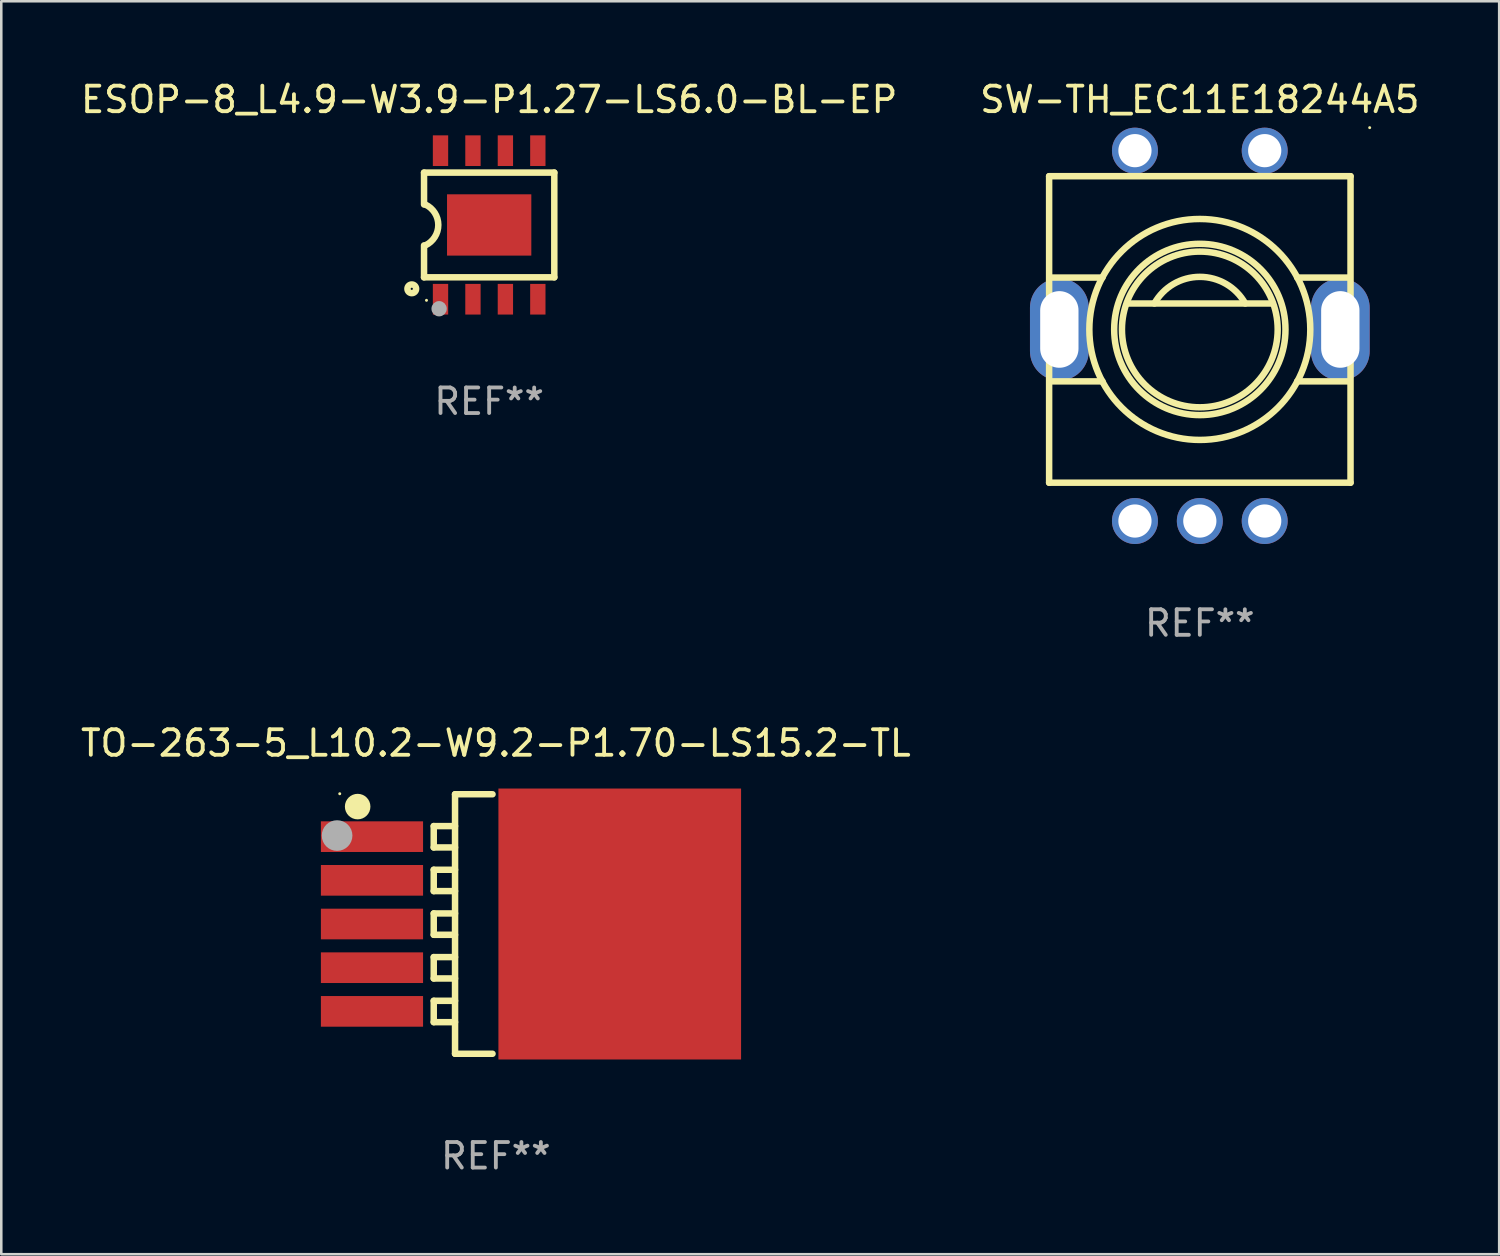
<source format=kicad_pcb>
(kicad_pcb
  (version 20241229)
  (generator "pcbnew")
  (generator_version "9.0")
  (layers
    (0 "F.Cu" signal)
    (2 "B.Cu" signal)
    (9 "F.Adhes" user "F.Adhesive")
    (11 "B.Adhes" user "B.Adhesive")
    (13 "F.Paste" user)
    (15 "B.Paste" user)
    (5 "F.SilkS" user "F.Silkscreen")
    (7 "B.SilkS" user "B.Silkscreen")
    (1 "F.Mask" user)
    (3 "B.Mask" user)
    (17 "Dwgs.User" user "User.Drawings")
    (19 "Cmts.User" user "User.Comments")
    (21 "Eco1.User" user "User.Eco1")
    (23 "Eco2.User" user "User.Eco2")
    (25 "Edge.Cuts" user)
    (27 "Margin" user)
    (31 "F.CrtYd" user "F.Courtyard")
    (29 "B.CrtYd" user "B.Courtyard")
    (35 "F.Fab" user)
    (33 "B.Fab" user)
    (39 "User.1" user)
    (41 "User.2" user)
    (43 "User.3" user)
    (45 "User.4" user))
  (footprint "TO-263-5_L10.2-W9.2-P1.70-LS15.2-TL"
    (layer "F.Cu")
    (at 16.363 33.125)
    (property "Reference" "TO-263-5_L10.2-W9.2-P1.70-LS15.2-TL" (at -0.000102 -7.08 0) (layer "F.SilkS") (effects (font (size 1 1) (thickness 0.15))))
    (attr smd)
    (fp_line (start -2.432 -3.834) (end -1.598 -3.834) (stroke (width 0.254) (type solid)) (layer "F.SilkS"))
    (fp_line (start -2.432 -2.998) (end -2.432 -3.834) (stroke (width 0.254) (type solid)) (layer "F.SilkS"))
    (fp_line (start -2.432 -2.124) (end -1.598 -2.124) (stroke (width 0.254) (type solid)) (layer "F.SilkS"))
    (fp_line (start -2.432 -1.288) (end -2.432 -2.124) (stroke (width 0.254) (type solid)) (layer "F.SilkS"))
    (fp_line (start -2.432 -0.414) (end -1.598 -0.414) (stroke (width 0.254) (type solid)) (layer "F.SilkS"))
    (fp_line (start -2.432 0.422) (end -2.432 -0.414) (stroke (width 0.254) (type solid)) (layer "F.SilkS"))
    (fp_line (start -2.432 3.006) (end -1.598 3.006) (stroke (width 0.254) (type solid)) (layer "F.SilkS"))
    (fp_line (start -2.432 3.842) (end -2.432 3.006) (stroke (width 0.254) (type solid)) (layer "F.SilkS"))
    (fp_line (start -2.432 1.296) (end -1.598 1.296) (stroke (width 0.254) (type solid)) (layer "F.SilkS"))
    (fp_line (start -2.432 2.132) (end -2.432 1.296) (stroke (width 0.254) (type solid)) (layer "F.SilkS"))
    (fp_line (start -1.598 -5.08) (end -1.598 5.08) (stroke (width 0.254) (type solid)) (layer "F.SilkS"))
    (fp_line (start -1.598 -5.08) (end -0.131 -5.08) (stroke (width 0.254) (type solid)) (layer "F.SilkS"))
    (fp_line (start -1.598 -2.998) (end -2.432 -2.998) (stroke (width 0.254) (type solid)) (layer "F.SilkS"))
    (fp_line (start -1.598 -1.288) (end -2.432 -1.288) (stroke (width 0.254) (type solid)) (layer "F.SilkS"))
    (fp_line (start -1.598 0.422) (end -2.432 0.422) (stroke (width 0.254) (type solid)) (layer "F.SilkS"))
    (fp_line (start -1.598 3.842) (end -2.432 3.842) (stroke (width 0.254) (type solid)) (layer "F.SilkS"))
    (fp_line (start -1.598 5.08) (end -0.131 5.08) (stroke (width 0.254) (type solid)) (layer "F.SilkS"))
    (fp_line (start -1.598 2.132) (end -2.432 2.132) (stroke (width 0.254) (type solid)) (layer "F.SilkS"))
    (fp_circle (center -6.112 -5.1) (end -6.082 -5.1) (stroke (width 0.06) (type solid)) (fill no) (layer "F.SilkS"))
    (fp_circle (center -5.411 -4.597) (end -5.161 -4.597) (stroke (width 0.5) (type solid)) (fill no) (layer "F.SilkS"))
    (fp_circle (center -6.216 -3.463) (end -5.916 -3.463) (stroke (width 0.6) (type solid)) (fill no) (layer "F.Fab"))
    (fp_text user "REF**" (at -0.000102 9.08 0) (layer "F.Fab") (effects (font (size 1 1) (thickness 0.15))))
    (pad "1" smd rect (at -4.85 -3.42) (size 4 1.2) (layers "F.Cu" "F.Mask" "F.Paste"))
    (pad "2" smd rect (at -4.85 -1.71) (size 4 1.2) (layers "F.Cu" "F.Mask" "F.Paste"))
    (pad "3" smd rect (at -4.85 0) (size 4 1.2) (layers "F.Cu" "F.Mask" "F.Paste"))
    (pad "4" smd rect (at -4.85 1.71) (size 4 1.2) (layers "F.Cu" "F.Mask" "F.Paste"))
    (pad "5" smd rect (at -4.85 3.42) (size 4 1.2) (layers "F.Cu" "F.Mask" "F.Paste"))
    (pad "6" smd rect (at 4.85 0) (size 9.5 10.608) (layers "F.Cu" "F.Mask" "F.Paste")))
  (footprint "SW-TH_EC11E18244A5"
    (layer "F.Cu")
    (at 43.923 10.098)
    (property "Reference" "SW-TH_EC11E18244A5" (at -0.000127 -9.25 0) (layer "F.SilkS") (effects (font (size 1 1) (thickness 0.15))))
    (attr through_hole)
    (fp_line (start -5.9 -6.25) (end 5.9 -6.25) (stroke (width 0.254) (type solid)) (layer "F.SilkS"))
    (fp_line (start -5.9 5.75) (end -5.9 -6.25) (stroke (width 0.254) (type solid)) (layer "F.SilkS"))
    (fp_line (start -5.842 -2.282) (end -3.81 -2.282) (stroke (width 0.254) (type solid)) (layer "F.SilkS"))
    (fp_line (start -5.842 1.782) (end -3.81 1.782) (stroke (width 0.254) (type solid)) (layer "F.SilkS"))
    (fp_line (start -2.794 -1.266) (end 2.794 -1.266) (stroke (width 0.254) (type solid)) (layer "F.SilkS"))
    (fp_line (start 3.81 -2.282) (end 5.842 -2.282) (stroke (width 0.254) (type solid)) (layer "F.SilkS"))
    (fp_line (start 3.81 1.782) (end 5.842 1.782) (stroke (width 0.254) (type solid)) (layer "F.SilkS"))
    (fp_line (start 5.9 -6.25) (end 5.9 5.75) (stroke (width 0.254) (type solid)) (layer "F.SilkS"))
    (fp_line (start 5.9 5.75) (end -5.9 5.75) (stroke (width 0.254) (type solid)) (layer "F.SilkS"))
    (fp_arc (start -1.778131 -1.266066) (mid -0.000127 -2.30904) (end 1.777877 -1.266066) (stroke (width 0.254001) (type solid)) (layer "F.SilkS"))
    (fp_circle (center -0.000127 -0.25) (end 3.048 -0.25) (stroke (width 0.254) (type solid)) (fill no) (layer "F.SilkS"))
    (fp_circle (center -0.000127 -0.25) (end 3.353 -0.25) (stroke (width 0.254) (type solid)) (fill no) (layer "F.SilkS"))
    (fp_circle (center -0.000127 -0.25) (end 4.325 -0.25) (stroke (width 0.254) (type solid)) (fill no) (layer "F.SilkS"))
    (fp_circle (center 6.65 -8.15) (end 6.68 -8.15) (stroke (width 0.06) (type solid)) (fill no) (layer "F.SilkS"))
    (fp_text user "REF**" (at -0.000127 11.25 0) (layer "F.Fab") (effects (font (size 1 1) (thickness 0.15))))
    (pad "6" thru_hole oval (at 5.5 -0.25 90) (size 4 2.3) (drill oval 3 1.5) (layers "*.Cu" "*.Mask"))
    (pad "7" thru_hole oval (at -5.5 -0.25 90) (size 4 2.3) (drill oval 3 1.5) (layers "*.Cu" "*.Mask"))
    (pad "A" thru_hole circle (at -2.54 7.25) (size 1.8 1.8) (drill 1.3) (layers "*.Cu" "*.Mask"))
    (pad "B" thru_hole circle (at 2.54 7.25) (size 1.8 1.8) (drill 1.3) (layers "*.Cu" "*.Mask"))
    (pad "C" thru_hole circle (at -0.000127 7.25) (size 1.8 1.8) (drill 1.3) (layers "*.Cu" "*.Mask"))
    (pad "D" thru_hole circle (at -2.54 -7.25) (size 1.8 1.8) (drill 1.3) (layers "*.Cu" "*.Mask"))
    (pad "E" thru_hole circle (at 2.54 -7.25) (size 1.8 1.8) (drill 1.3) (layers "*.Cu" "*.Mask")))
  (footprint "ESOP-8_L4.9-W3.9-P1.27-LS6.0-BL-EP"
    (layer "F.Cu")
    (at 16.101 5.757)
    (property "Reference" "ESOP-8_L4.9-W3.9-P1.27-LS6.0-BL-EP" (at 0 -4.908 0) (layer "F.SilkS") (effects (font (size 1 1) (thickness 0.15))))
    (attr smd)
    (fp_line (start -2.55 -2.05) (end 2.55 -2.05) (stroke (width 0.254) (type solid)) (layer "F.SilkS"))
    (fp_line (start -2.55 -0.8) (end -2.55 -2.05) (stroke (width 0.254) (type solid)) (layer "F.SilkS"))
    (fp_line (start -2.55 0.8) (end -2.55 2.05) (stroke (width 0.254) (type solid)) (layer "F.SilkS"))
    (fp_line (start 2.55 -2.05) (end 2.55 2.05) (stroke (width 0.254) (type solid)) (layer "F.SilkS"))
    (fp_line (start 2.55 2.05) (end -2.55 2.05) (stroke (width 0.254) (type solid)) (layer "F.SilkS"))
    (fp_arc (start -2.499873 -0.800102) (mid -1.991417 0) (end -2.499873 0.800102) (stroke (width 0.254001) (type solid)) (layer "F.SilkS"))
    (fp_circle (center -3.03 2.5) (end -2.86 2.5) (stroke (width 0.254) (type solid)) (fill no) (layer "F.SilkS"))
    (fp_circle (center -2.454 2.95) (end -2.424 2.95) (stroke (width 0.06) (type solid)) (fill no) (layer "F.SilkS"))
    (fp_circle (center -1.96 3.28) (end -1.81 3.28) (stroke (width 0.3) (type solid)) (fill no) (layer "F.Fab"))
    (fp_text user "REF**" (at 0 6.908 0) (layer "F.Fab") (effects (font (size 1 1) (thickness 0.15))))
    (pad "1" smd rect (at -1.905 2.908) (size 0.6 1.2) (layers "F.Cu" "F.Mask" "F.Paste"))
    (pad "2" smd rect (at -0.635 2.908) (size 0.6 1.2) (layers "F.Cu" "F.Mask" "F.Paste"))
    (pad "3" smd rect (at 0.635 2.908) (size 0.6 1.2) (layers "F.Cu" "F.Mask" "F.Paste"))
    (pad "4" smd rect (at 1.905 2.908) (size 0.6 1.2) (layers "F.Cu" "F.Mask" "F.Paste"))
    (pad "5" smd rect (at 1.905 -2.908) (size 0.6 1.2) (layers "F.Cu" "F.Mask" "F.Paste"))
    (pad "6" smd rect (at 0.635 -2.908) (size 0.6 1.2) (layers "F.Cu" "F.Mask" "F.Paste"))
    (pad "7" smd rect (at -0.635 -2.908) (size 0.6 1.2) (layers "F.Cu" "F.Mask" "F.Paste"))
    (pad "8" smd rect (at -1.905 -2.908) (size 0.6 1.2) (layers "F.Cu" "F.Mask" "F.Paste"))
    (pad "9" smd rect (at 0 0 180) (size 3.3 2.4) (layers "F.Cu" "F.Mask" "F.Paste")))
  (gr_rect
    (start -3 -3)
    (end 55.643 46.053)
    (stroke (width 0.1) (type default))
    (fill no)
    (layer "Edge.Cuts")))
</source>
